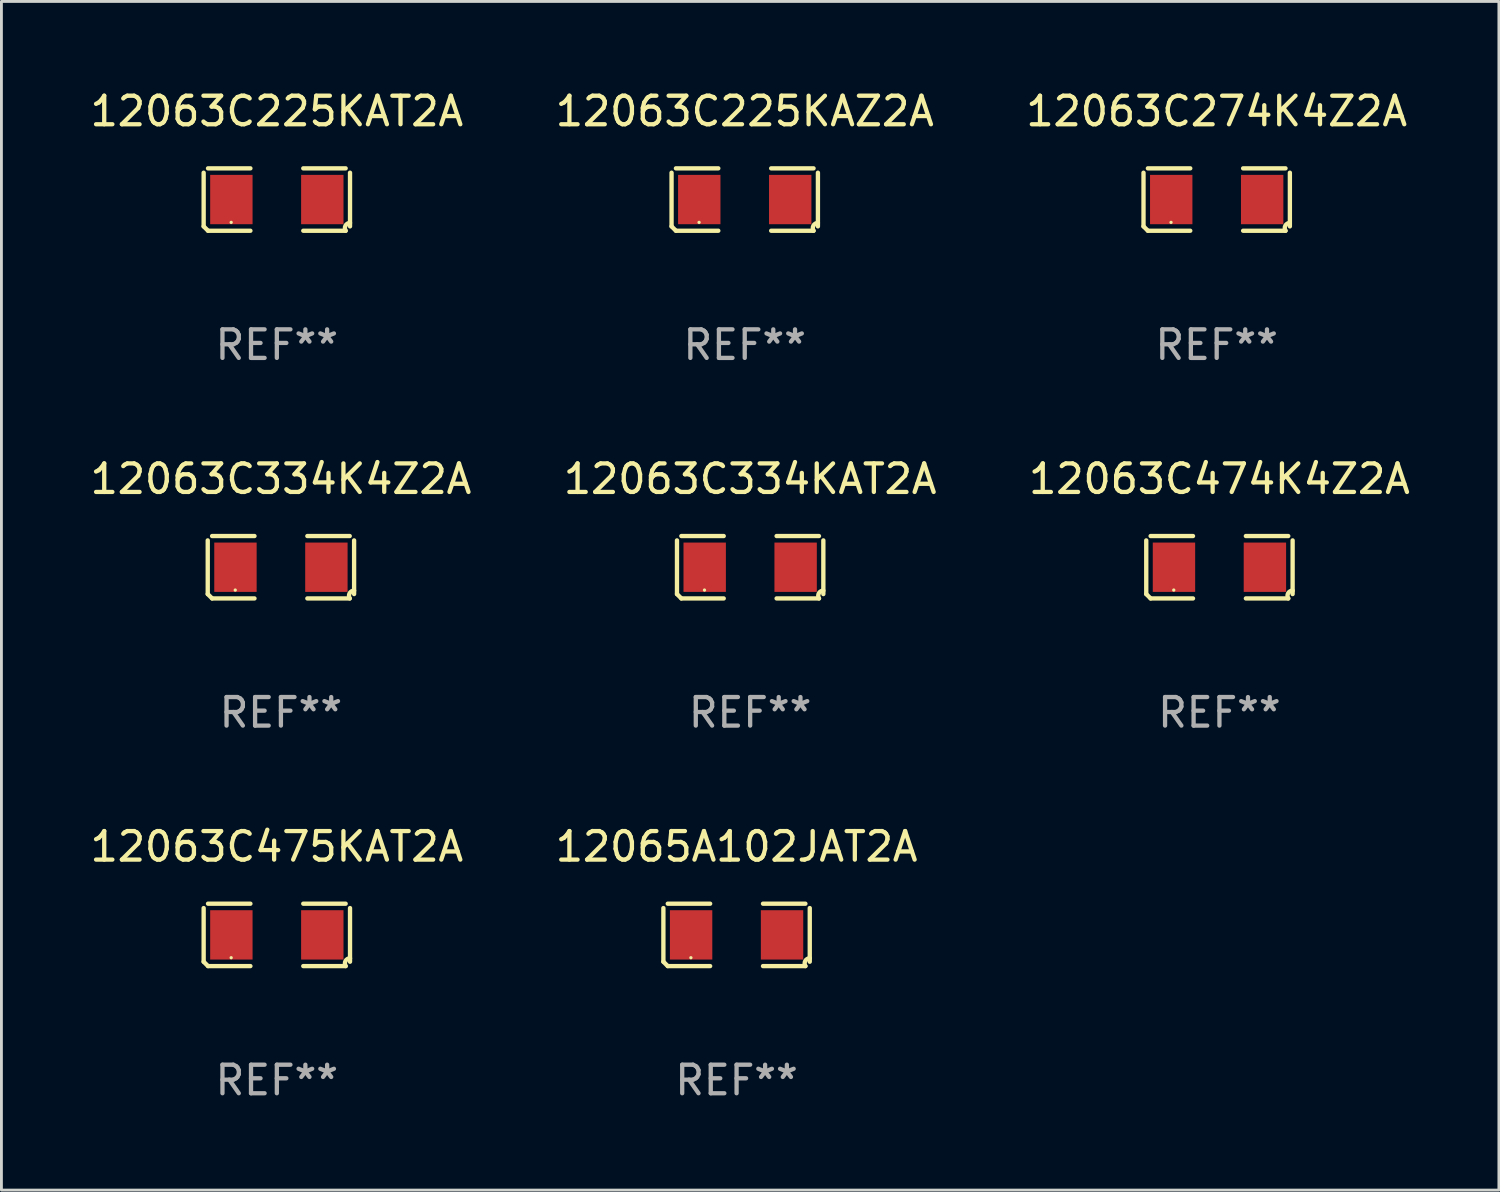
<source format=kicad_pcb>
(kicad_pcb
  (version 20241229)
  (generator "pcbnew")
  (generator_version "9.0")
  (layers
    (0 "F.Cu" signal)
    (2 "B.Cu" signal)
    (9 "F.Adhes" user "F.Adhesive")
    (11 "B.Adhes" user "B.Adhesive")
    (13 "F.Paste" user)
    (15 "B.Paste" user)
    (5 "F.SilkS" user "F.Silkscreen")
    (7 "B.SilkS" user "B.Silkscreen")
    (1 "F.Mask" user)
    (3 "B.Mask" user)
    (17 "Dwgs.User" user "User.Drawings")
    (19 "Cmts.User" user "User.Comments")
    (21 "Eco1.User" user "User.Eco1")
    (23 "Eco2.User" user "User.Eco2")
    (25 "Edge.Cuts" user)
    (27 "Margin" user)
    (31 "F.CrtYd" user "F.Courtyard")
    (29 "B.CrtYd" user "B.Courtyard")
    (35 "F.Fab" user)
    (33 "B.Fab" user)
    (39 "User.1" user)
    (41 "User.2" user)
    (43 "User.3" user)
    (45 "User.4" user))
  (footprint "12063C334KAT2A"
    (layer "F.Cu")
    (at 23.232 16.823)
    (property "Reference" "12063C334KAT2A" (at 0 -3.093 0) (layer "F.SilkS") (effects (font (size 1 1) (thickness 0.15))))
    (attr through_hole)
    (fp_line (start -2.564 0.94) (end -2.564 -0.94) (stroke (width 0.152) (type solid)) (layer "F.SilkS"))
    (fp_line (start -2.411 -1.093) (end -0.926 -1.093) (stroke (width 0.152) (type solid)) (layer "F.SilkS"))
    (fp_line (start -0.926 1.093) (end -2.411 1.093) (stroke (width 0.152) (type solid)) (layer "F.SilkS"))
    (fp_line (start 0.926 1.093) (end 2.411 1.093) (stroke (width 0.152) (type solid)) (layer "F.SilkS"))
    (fp_line (start 2.411 -1.093) (end 0.926 -1.093) (stroke (width 0.152) (type solid)) (layer "F.SilkS"))
    (fp_line (start 2.564 0.94) (end 2.564 -0.94) (stroke (width 0.152) (type solid)) (layer "F.SilkS"))
    (fp_arc (start -2.411201 1.092609) (mid -2.487413 1.01642) (end -2.563602 0.940208) (stroke (width 0.1524) (type solid)) (layer "F.SilkS"))
    (fp_arc (start 2.411201 1.092609) (mid 2.407159 0.911226) (end 2.563602 0.819347) (stroke (width 0.1524) (type solid)) (layer "F.SilkS"))
    (fp_circle (center -1.6 0.8) (end -1.57 0.8) (stroke (width 0.06) (type solid)) (fill no) (layer "F.SilkS"))
    (fp_text user "REF**" (at 0 5.093 0) (layer "F.Fab") (effects (font (size 1 1) (thickness 0.15))))
    (pad "1" smd rect (at -1.593 0) (size 1.485 1.728) (layers "F.Cu" "F.Mask" "F.Paste"))
    (pad "2" smd rect (at 1.593 0) (size 1.485 1.728) (layers "F.Cu" "F.Mask" "F.Paste")))
  (footprint "12063C334K4Z2A"
    (layer "F.Cu")
    (at 6.792 16.823)
    (property "Reference" "12063C334K4Z2A" (at 0 -3.093 0) (layer "F.SilkS") (effects (font (size 1 1) (thickness 0.15))))
    (attr through_hole)
    (fp_line (start -2.564 0.94) (end -2.564 -0.94) (stroke (width 0.152) (type solid)) (layer "F.SilkS"))
    (fp_line (start -2.411 -1.093) (end -0.926 -1.093) (stroke (width 0.152) (type solid)) (layer "F.SilkS"))
    (fp_line (start -0.926 1.093) (end -2.411 1.093) (stroke (width 0.152) (type solid)) (layer "F.SilkS"))
    (fp_line (start 0.926 1.093) (end 2.411 1.093) (stroke (width 0.152) (type solid)) (layer "F.SilkS"))
    (fp_line (start 2.411 -1.093) (end 0.926 -1.093) (stroke (width 0.152) (type solid)) (layer "F.SilkS"))
    (fp_line (start 2.564 0.94) (end 2.564 -0.94) (stroke (width 0.152) (type solid)) (layer "F.SilkS"))
    (fp_arc (start -2.411201 1.092609) (mid -2.487413 1.01642) (end -2.563602 0.940208) (stroke (width 0.1524) (type solid)) (layer "F.SilkS"))
    (fp_arc (start 2.411201 1.092609) (mid 2.407159 0.911226) (end 2.563602 0.819347) (stroke (width 0.1524) (type solid)) (layer "F.SilkS"))
    (fp_circle (center -1.6 0.8) (end -1.57 0.8) (stroke (width 0.06) (type solid)) (fill no) (layer "F.SilkS"))
    (fp_text user "REF**" (at 0 5.093 0) (layer "F.Fab") (effects (font (size 1 1) (thickness 0.15))))
    (pad "1" smd rect (at -1.593 0) (size 1.485 1.728) (layers "F.Cu" "F.Mask" "F.Paste"))
    (pad "2" smd rect (at 1.593 0) (size 1.485 1.728) (layers "F.Cu" "F.Mask" "F.Paste")))
  (footprint "12065A102JAT2A"
    (layer "F.Cu")
    (at 22.756 29.704)
    (property "Reference" "12065A102JAT2A" (at 0 -3.093 0) (layer "F.SilkS") (effects (font (size 1 1) (thickness 0.15))))
    (attr through_hole)
    (fp_line (start -2.564 0.94) (end -2.564 -0.94) (stroke (width 0.152) (type solid)) (layer "F.SilkS"))
    (fp_line (start -2.411 -1.093) (end -0.926 -1.093) (stroke (width 0.152) (type solid)) (layer "F.SilkS"))
    (fp_line (start -0.926 1.093) (end -2.411 1.093) (stroke (width 0.152) (type solid)) (layer "F.SilkS"))
    (fp_line (start 0.926 1.093) (end 2.411 1.093) (stroke (width 0.152) (type solid)) (layer "F.SilkS"))
    (fp_line (start 2.411 -1.093) (end 0.926 -1.093) (stroke (width 0.152) (type solid)) (layer "F.SilkS"))
    (fp_line (start 2.564 0.94) (end 2.564 -0.94) (stroke (width 0.152) (type solid)) (layer "F.SilkS"))
    (fp_arc (start -2.411201 1.092609) (mid -2.487413 1.01642) (end -2.563602 0.940208) (stroke (width 0.1524) (type solid)) (layer "F.SilkS"))
    (fp_arc (start 2.411201 1.092609) (mid 2.407159 0.911226) (end 2.563602 0.819347) (stroke (width 0.1524) (type solid)) (layer "F.SilkS"))
    (fp_circle (center -1.6 0.8) (end -1.57 0.8) (stroke (width 0.06) (type solid)) (fill no) (layer "F.SilkS"))
    (fp_text user "REF**" (at 0 5.093 0) (layer "F.Fab") (effects (font (size 1 1) (thickness 0.15))))
    (pad "1" smd rect (at -1.593 0) (size 1.485 1.728) (layers "F.Cu" "F.Mask" "F.Paste"))
    (pad "2" smd rect (at 1.593 0) (size 1.485 1.728) (layers "F.Cu" "F.Mask" "F.Paste")))
  (footprint "12063C274K4Z2A"
    (layer "F.Cu")
    (at 39.577 3.941)
    (property "Reference" "12063C274K4Z2A" (at 0 -3.093 0) (layer "F.SilkS") (effects (font (size 1 1) (thickness 0.15))))
    (attr through_hole)
    (fp_line (start -2.564 0.94) (end -2.564 -0.94) (stroke (width 0.152) (type solid)) (layer "F.SilkS"))
    (fp_line (start -2.411 -1.093) (end -0.926 -1.093) (stroke (width 0.152) (type solid)) (layer "F.SilkS"))
    (fp_line (start -0.926 1.093) (end -2.411 1.093) (stroke (width 0.152) (type solid)) (layer "F.SilkS"))
    (fp_line (start 0.926 1.093) (end 2.411 1.093) (stroke (width 0.152) (type solid)) (layer "F.SilkS"))
    (fp_line (start 2.411 -1.093) (end 0.926 -1.093) (stroke (width 0.152) (type solid)) (layer "F.SilkS"))
    (fp_line (start 2.564 0.94) (end 2.564 -0.94) (stroke (width 0.152) (type solid)) (layer "F.SilkS"))
    (fp_arc (start -2.411201 1.092609) (mid -2.487413 1.01642) (end -2.563602 0.940208) (stroke (width 0.1524) (type solid)) (layer "F.SilkS"))
    (fp_arc (start 2.411201 1.092609) (mid 2.407159 0.911226) (end 2.563602 0.819347) (stroke (width 0.1524) (type solid)) (layer "F.SilkS"))
    (fp_circle (center -1.6 0.8) (end -1.57 0.8) (stroke (width 0.06) (type solid)) (fill no) (layer "F.SilkS"))
    (fp_text user "REF**" (at 0 5.093 0) (layer "F.Fab") (effects (font (size 1 1) (thickness 0.15))))
    (pad "1" smd rect (at -1.593 0) (size 1.485 1.728) (layers "F.Cu" "F.Mask" "F.Paste"))
    (pad "2" smd rect (at 1.593 0) (size 1.485 1.728) (layers "F.Cu" "F.Mask" "F.Paste")))
  (footprint "12063C225KAT2A"
    (layer "F.Cu")
    (at 6.649 3.941)
    (property "Reference" "12063C225KAT2A" (at 0 -3.093 0) (layer "F.SilkS") (effects (font (size 1 1) (thickness 0.15))))
    (attr through_hole)
    (fp_line (start -2.564 0.94) (end -2.564 -0.94) (stroke (width 0.152) (type solid)) (layer "F.SilkS"))
    (fp_line (start -2.411 -1.093) (end -0.926 -1.093) (stroke (width 0.152) (type solid)) (layer "F.SilkS"))
    (fp_line (start -0.926 1.093) (end -2.411 1.093) (stroke (width 0.152) (type solid)) (layer "F.SilkS"))
    (fp_line (start 0.926 1.093) (end 2.411 1.093) (stroke (width 0.152) (type solid)) (layer "F.SilkS"))
    (fp_line (start 2.411 -1.093) (end 0.926 -1.093) (stroke (width 0.152) (type solid)) (layer "F.SilkS"))
    (fp_line (start 2.564 0.94) (end 2.564 -0.94) (stroke (width 0.152) (type solid)) (layer "F.SilkS"))
    (fp_arc (start -2.411201 1.092609) (mid -2.487413 1.01642) (end -2.563602 0.940208) (stroke (width 0.1524) (type solid)) (layer "F.SilkS"))
    (fp_arc (start 2.411201 1.092609) (mid 2.407159 0.911226) (end 2.563602 0.819347) (stroke (width 0.1524) (type solid)) (layer "F.SilkS"))
    (fp_circle (center -1.6 0.8) (end -1.57 0.8) (stroke (width 0.06) (type solid)) (fill no) (layer "F.SilkS"))
    (fp_text user "REF**" (at 0 5.093 0) (layer "F.Fab") (effects (font (size 1 1) (thickness 0.15))))
    (pad "1" smd rect (at -1.593 0) (size 1.485 1.728) (layers "F.Cu" "F.Mask" "F.Paste"))
    (pad "2" smd rect (at 1.593 0) (size 1.485 1.728) (layers "F.Cu" "F.Mask" "F.Paste")))
  (footprint "12063C475KAT2A"
    (layer "F.Cu")
    (at 6.649 29.704)
    (property "Reference" "12063C475KAT2A" (at 0 -3.093 0) (layer "F.SilkS") (effects (font (size 1 1) (thickness 0.15))))
    (attr through_hole)
    (fp_line (start -2.564 0.94) (end -2.564 -0.94) (stroke (width 0.152) (type solid)) (layer "F.SilkS"))
    (fp_line (start -2.411 -1.093) (end -0.926 -1.093) (stroke (width 0.152) (type solid)) (layer "F.SilkS"))
    (fp_line (start -0.926 1.093) (end -2.411 1.093) (stroke (width 0.152) (type solid)) (layer "F.SilkS"))
    (fp_line (start 0.926 1.093) (end 2.411 1.093) (stroke (width 0.152) (type solid)) (layer "F.SilkS"))
    (fp_line (start 2.411 -1.093) (end 0.926 -1.093) (stroke (width 0.152) (type solid)) (layer "F.SilkS"))
    (fp_line (start 2.564 0.94) (end 2.564 -0.94) (stroke (width 0.152) (type solid)) (layer "F.SilkS"))
    (fp_arc (start -2.411201 1.092609) (mid -2.487413 1.01642) (end -2.563602 0.940208) (stroke (width 0.1524) (type solid)) (layer "F.SilkS"))
    (fp_arc (start 2.411201 1.092609) (mid 2.407159 0.911226) (end 2.563602 0.819347) (stroke (width 0.1524) (type solid)) (layer "F.SilkS"))
    (fp_circle (center -1.6 0.8) (end -1.57 0.8) (stroke (width 0.06) (type solid)) (fill no) (layer "F.SilkS"))
    (fp_text user "REF**" (at 0 5.093 0) (layer "F.Fab") (effects (font (size 1 1) (thickness 0.15))))
    (pad "1" smd rect (at -1.593 0) (size 1.485 1.728) (layers "F.Cu" "F.Mask" "F.Paste"))
    (pad "2" smd rect (at 1.593 0) (size 1.485 1.728) (layers "F.Cu" "F.Mask" "F.Paste")))
  (footprint "12063C225KAZ2A"
    (layer "F.Cu")
    (at 23.042 3.941)
    (property "Reference" "12063C225KAZ2A" (at 0 -3.093 0) (layer "F.SilkS") (effects (font (size 1 1) (thickness 0.15))))
    (attr through_hole)
    (fp_line (start -2.564 0.94) (end -2.564 -0.94) (stroke (width 0.152) (type solid)) (layer "F.SilkS"))
    (fp_line (start -2.411 -1.093) (end -0.926 -1.093) (stroke (width 0.152) (type solid)) (layer "F.SilkS"))
    (fp_line (start -0.926 1.093) (end -2.411 1.093) (stroke (width 0.152) (type solid)) (layer "F.SilkS"))
    (fp_line (start 0.926 1.093) (end 2.411 1.093) (stroke (width 0.152) (type solid)) (layer "F.SilkS"))
    (fp_line (start 2.411 -1.093) (end 0.926 -1.093) (stroke (width 0.152) (type solid)) (layer "F.SilkS"))
    (fp_line (start 2.564 0.94) (end 2.564 -0.94) (stroke (width 0.152) (type solid)) (layer "F.SilkS"))
    (fp_arc (start -2.411201 1.092609) (mid -2.487413 1.01642) (end -2.563602 0.940208) (stroke (width 0.1524) (type solid)) (layer "F.SilkS"))
    (fp_arc (start 2.411201 1.092609) (mid 2.407159 0.911226) (end 2.563602 0.819347) (stroke (width 0.1524) (type solid)) (layer "F.SilkS"))
    (fp_circle (center -1.6 0.8) (end -1.57 0.8) (stroke (width 0.06) (type solid)) (fill no) (layer "F.SilkS"))
    (fp_text user "REF**" (at 0 5.093 0) (layer "F.Fab") (effects (font (size 1 1) (thickness 0.15))))
    (pad "1" smd rect (at -1.593 0) (size 1.485 1.728) (layers "F.Cu" "F.Mask" "F.Paste"))
    (pad "2" smd rect (at 1.593 0) (size 1.485 1.728) (layers "F.Cu" "F.Mask" "F.Paste")))
  (footprint "12063C474K4Z2A"
    (layer "F.Cu")
    (at 39.673 16.823)
    (property "Reference" "12063C474K4Z2A" (at 0 -3.093 0) (layer "F.SilkS") (effects (font (size 1 1) (thickness 0.15))))
    (attr through_hole)
    (fp_line (start -2.564 0.94) (end -2.564 -0.94) (stroke (width 0.152) (type solid)) (layer "F.SilkS"))
    (fp_line (start -2.411 -1.093) (end -0.926 -1.093) (stroke (width 0.152) (type solid)) (layer "F.SilkS"))
    (fp_line (start -0.926 1.093) (end -2.411 1.093) (stroke (width 0.152) (type solid)) (layer "F.SilkS"))
    (fp_line (start 0.926 1.093) (end 2.411 1.093) (stroke (width 0.152) (type solid)) (layer "F.SilkS"))
    (fp_line (start 2.411 -1.093) (end 0.926 -1.093) (stroke (width 0.152) (type solid)) (layer "F.SilkS"))
    (fp_line (start 2.564 0.94) (end 2.564 -0.94) (stroke (width 0.152) (type solid)) (layer "F.SilkS"))
    (fp_arc (start -2.411201 1.092609) (mid -2.487413 1.01642) (end -2.563602 0.940208) (stroke (width 0.1524) (type solid)) (layer "F.SilkS"))
    (fp_arc (start 2.411201 1.092609) (mid 2.407159 0.911226) (end 2.563602 0.819347) (stroke (width 0.1524) (type solid)) (layer "F.SilkS"))
    (fp_circle (center -1.6 0.8) (end -1.57 0.8) (stroke (width 0.06) (type solid)) (fill no) (layer "F.SilkS"))
    (fp_text user "REF**" (at 0 5.093 0) (layer "F.Fab") (effects (font (size 1 1) (thickness 0.15))))
    (pad "1" smd rect (at -1.593 0) (size 1.485 1.728) (layers "F.Cu" "F.Mask" "F.Paste"))
    (pad "2" smd rect (at 1.593 0) (size 1.485 1.728) (layers "F.Cu" "F.Mask" "F.Paste")))
  (gr_rect
    (start -3 -3)
    (end 49.464 38.645)
    (stroke (width 0.1) (type default))
    (fill no)
    (layer "Edge.Cuts")))
</source>
